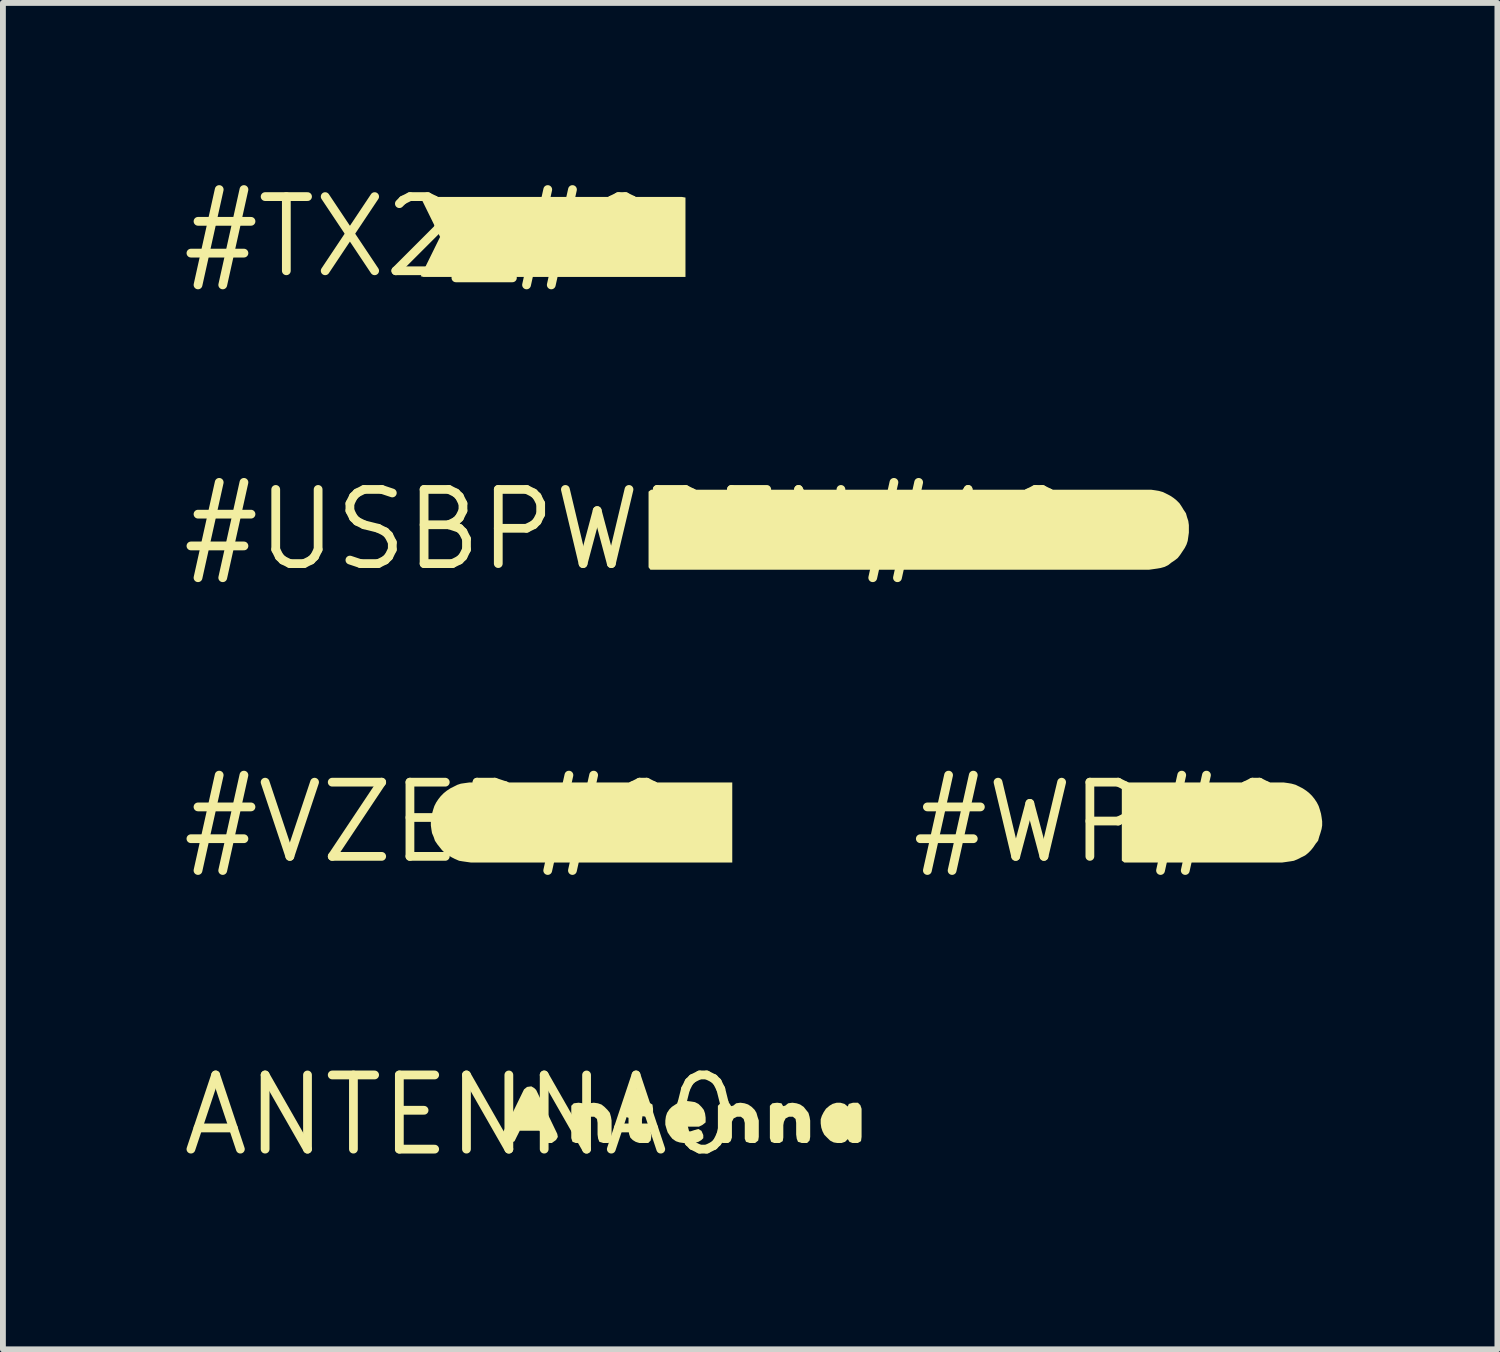
<source format=kicad_pcb>
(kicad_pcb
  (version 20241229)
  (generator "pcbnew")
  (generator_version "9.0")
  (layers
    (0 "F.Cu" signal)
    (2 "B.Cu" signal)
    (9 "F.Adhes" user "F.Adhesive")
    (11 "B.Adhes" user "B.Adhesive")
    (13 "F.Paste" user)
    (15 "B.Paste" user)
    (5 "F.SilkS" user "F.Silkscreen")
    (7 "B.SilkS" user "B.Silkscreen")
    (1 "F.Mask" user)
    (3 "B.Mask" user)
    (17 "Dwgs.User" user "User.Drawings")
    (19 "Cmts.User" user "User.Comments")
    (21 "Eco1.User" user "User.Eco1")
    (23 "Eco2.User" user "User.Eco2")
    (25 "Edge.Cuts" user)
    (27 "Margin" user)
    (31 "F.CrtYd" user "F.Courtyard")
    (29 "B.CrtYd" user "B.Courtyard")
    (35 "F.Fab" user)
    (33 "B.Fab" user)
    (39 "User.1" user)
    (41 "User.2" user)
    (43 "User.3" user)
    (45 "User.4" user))
  (footprint "#WP#0"
    (layer "F.Cu")
    (at 15.82 11.031)
    (property "Reference" "#WP#0" (at 0 0 0) (layer "F.SilkS") (effects (font (size 1.27 1.27) (thickness 0.15))))
    (fp_poly (pts (xy 2.653 -0.234) (xy 2.695 -0.182) (xy 2.705 -0.109) (xy 2.674 -0.046) (xy 2.571 -0.015) (xy 2.436 -0.015) (xy 2.415 -0.079) (xy 2.415 -0.212) (xy 2.447 -0.255) (xy 2.591 -0.255)) (stroke (width 0) (type default)) (fill yes) (layer "F.SilkS"))
    (fp_poly (pts (xy 3.11 -0.685) (xy 3.181 -0.675) (xy 3.241 -0.665) (xy 3.312 -0.645) (xy 3.433 -0.584) (xy 3.493 -0.544) (xy 3.543 -0.504) (xy 3.594 -0.453) (xy 3.634 -0.403) (xy 3.674 -0.343) (xy 3.705 -0.282) (xy 3.725 -0.221) (xy 3.745 -0.151) (xy 3.755 -0.091) (xy 3.765 -0.02) (xy 3.765 0.05) (xy 3.755 0.111) (xy 3.735 0.181) (xy 3.715 0.241) (xy 3.695 0.312) (xy 3.654 0.363) (xy 3.614 0.423) (xy 3.574 0.473) (xy 3.523 0.524) (xy 3.473 0.564) (xy 3.412 0.594) (xy 3.352 0.625) (xy 3.281 0.655) (xy 3.221 0.665) (xy 3.151 0.675) (xy 3.08 0.685) (xy 0.378 0.685) (xy 0.335 0.652) (xy 0.335 -0.631) (xy 0.357 -0.685)) (stroke (width 0) (type default)) (fill yes) (layer "F.SilkS")))
  (footprint "#VZED#0"
    (layer "F.Cu")
    (at 4.331 11.031)
    (property "Reference" "#VZED#0" (at 0 0 0) (layer "F.SilkS") (effects (font (size 1.27 1.27) (thickness 0.15))))
    (fp_poly (pts (xy 4.303 -0.224) (xy 4.353 -0.184) (xy 4.404 -0.133) (xy 4.425 -0.071) (xy 4.435 0) (xy 4.425 0.072) (xy 4.394 0.133) (xy 4.354 0.184) (xy 4.303 0.224) (xy 4.282 0.245) (xy 4.077 0.245) (xy 4.055 0.191) (xy 4.055 -0.223) (xy 4.098 -0.255) (xy 4.241 -0.255)) (stroke (width 0) (type default)) (fill yes) (layer "F.SilkS"))
    (fp_poly (pts (xy 5.155 -0.685) (xy 5.155 0.685) (xy 0.68 0.685) (xy 0.609 0.675) (xy 0.539 0.665) (xy 0.479 0.655) (xy 0.408 0.625) (xy 0.348 0.594) (xy 0.297 0.564) (xy 0.237 0.524) (xy 0.186 0.473) (xy 0.146 0.423) (xy 0.106 0.373) (xy 0.065 0.312) (xy 0.045 0.252) (xy 0.015 0.181) (xy 0.005 0.121) (xy -0.005 0.05) (xy -0.005 -0.02) (xy 0.005 -0.091) (xy 0.015 -0.151) (xy 0.035 -0.221) (xy 0.055 -0.282) (xy 0.086 -0.343) (xy 0.126 -0.403) (xy 0.166 -0.453) (xy 0.217 -0.504) (xy 0.267 -0.544) (xy 0.327 -0.584) (xy 0.448 -0.645) (xy 0.509 -0.665) (xy 0.579 -0.675) (xy 0.65 -0.685)) (stroke (width 0) (type default)) (fill yes) (layer "F.SilkS")))
  (footprint "#TX2_#0"
    (layer "F.Cu")
    (at 4.15 1.006)
    (property "Reference" "#TX2_#0" (at 0 0 0) (layer "F.SilkS") (effects (font (size 1.27 1.27) (thickness 0.15))))
    (fp_poly (pts (xy 4.47 -0.685) (xy 4.535 -0.674) (xy 4.535 0.685) (xy 0.049 0.685) (xy 0.003 0.673) (xy 0.334 0) (xy 0.003 -0.674) (xy 0.06 -0.685)) (stroke (width 0) (type default)) (fill yes) (layer "F.SilkS")))
  (footprint "ANTENNA0"
    (layer "F.Cu")
    (at 4.845 16.043)
    (property "Reference" "ANTENNA0" (at 0 0 0) (layer "F.SilkS") (effects (font (size 1.27 1.27) (thickness 0.15))))
    (fp_poly (pts (xy 1.253 -0.464) (xy 1.284 -0.433) (xy 1.645 0.318) (xy 1.655 0.371) (xy 1.624 0.423) (xy 1.552 0.475) (xy 1.488 0.475) (xy 1.436 0.433) (xy 1.376 0.303) (xy 1.338 0.265) (xy 1.003 0.265) (xy 0.944 0.382) (xy 0.914 0.444) (xy 0.851 0.475) (xy 0.788 0.465) (xy 0.716 0.413) (xy 0.695 0.36) (xy 0.715 0.298) (xy 1.046 -0.382) (xy 1.076 -0.443) (xy 1.128 -0.485) (xy 1.201 -0.495)) (stroke (width 0) (type default)) (fill yes) (layer "F.SilkS"))
    (fp_poly (pts (xy 6.562 -0.195) (xy 6.613 -0.154) (xy 6.618 -0.149) (xy 6.636 -0.194) (xy 6.709 -0.215) (xy 6.792 -0.215) (xy 6.834 -0.173) (xy 6.855 -0.111) (xy 6.855 0.37) (xy 6.845 0.443) (xy 6.791 0.475) (xy 6.699 0.475) (xy 6.647 0.454) (xy 6.619 0.408) (xy 6.573 0.454) (xy 6.511 0.475) (xy 6.44 0.475) (xy 6.378 0.465) (xy 6.317 0.434) (xy 6.266 0.384) (xy 6.216 0.333) (xy 6.185 0.272) (xy 6.165 0.211) (xy 6.155 0.14) (xy 6.155 0.069) (xy 6.175 0.008) (xy 6.206 -0.053) (xy 6.246 -0.113) (xy 6.307 -0.164) (xy 6.358 -0.195) (xy 6.429 -0.215) (xy 6.491 -0.215)) (stroke (width 0) (type default)) (fill yes) (layer "F.SilkS"))
    (fp_poly (pts (xy 4.851 -0.205) (xy 4.912 -0.185) (xy 4.973 -0.144) (xy 5.024 -0.093) (xy 5.055 -0.042) (xy 5.075 0.029) (xy 5.095 0.089) (xy 5.095 0.37) (xy 5.085 0.433) (xy 5.032 0.475) (xy 4.939 0.475) (xy 4.876 0.454) (xy 4.855 0.401) (xy 4.855 0.131) (xy 4.836 0.063) (xy 4.788 0.025) (xy 4.721 0.025) (xy 4.664 0.054) (xy 4.635 0.111) (xy 4.635 0.381) (xy 4.614 0.443) (xy 4.572 0.475) (xy 4.479 0.475) (xy 4.416 0.454) (xy 4.395 0.391) (xy 4.395 -0.162) (xy 4.438 -0.205) (xy 4.52 -0.215) (xy 4.593 -0.205) (xy 4.622 -0.156) (xy 4.658 -0.165) (xy 4.708 -0.205) (xy 4.78 -0.215)) (stroke (width 0) (type default)) (fill yes) (layer "F.SilkS"))
    (fp_poly (pts (xy 2.341 -0.205) (xy 2.402 -0.184) (xy 2.453 -0.144) (xy 2.504 -0.093) (xy 2.545 -0.042) (xy 2.565 0.029) (xy 2.575 0.09) (xy 2.575 0.37) (xy 2.565 0.432) (xy 2.522 0.475) (xy 2.429 0.475) (xy 2.366 0.454) (xy 2.345 0.401) (xy 2.335 0.33) (xy 2.335 0.13) (xy 2.325 0.063) (xy 2.278 0.025) (xy 2.211 0.025) (xy 2.154 0.054) (xy 2.125 0.112) (xy 2.115 0.17) (xy 2.115 0.38) (xy 2.105 0.443) (xy 2.051 0.475) (xy 1.959 0.475) (xy 1.906 0.454) (xy 1.885 0.391) (xy 1.885 -0.162) (xy 1.928 -0.205) (xy 2.01 -0.215) (xy 2.083 -0.205) (xy 2.112 -0.156) (xy 2.148 -0.165) (xy 2.198 -0.205) (xy 2.27 -0.215)) (stroke (width 0) (type default)) (fill yes) (layer "F.SilkS"))
    (fp_poly (pts (xy 5.741 -0.205) (xy 5.802 -0.185) (xy 5.863 -0.144) (xy 5.904 -0.093) (xy 5.945 -0.042) (xy 5.965 0.029) (xy 5.975 0.09) (xy 5.975 0.37) (xy 5.965 0.432) (xy 5.922 0.475) (xy 5.829 0.475) (xy 5.766 0.454) (xy 5.745 0.401) (xy 5.735 0.33) (xy 5.735 0.13) (xy 5.725 0.063) (xy 5.678 0.025) (xy 5.611 0.025) (xy 5.554 0.054) (xy 5.525 0.112) (xy 5.515 0.17) (xy 5.515 0.38) (xy 5.505 0.443) (xy 5.451 0.475) (xy 5.359 0.475) (xy 5.306 0.454) (xy 5.285 0.391) (xy 5.285 -0.162) (xy 5.328 -0.205) (xy 5.41 -0.215) (xy 5.483 -0.205) (xy 5.512 -0.156) (xy 5.548 -0.165) (xy 5.598 -0.205) (xy 5.67 -0.215)) (stroke (width 0) (type default)) (fill yes) (layer "F.SilkS"))
    (fp_poly (pts (xy 3.042 -0.445) (xy 3.085 -0.402) (xy 3.095 -0.34) (xy 3.095 -0.206) (xy 3.16 -0.215) (xy 3.221 -0.215) (xy 3.275 -0.183) (xy 3.285 -0.11) (xy 3.285 -0.017) (xy 3.232 0.015) (xy 3.17 0.025) (xy 3.104 0.016) (xy 3.095 0.07) (xy 3.095 0.199) (xy 3.114 0.245) (xy 3.192 0.255) (xy 3.245 0.287) (xy 3.255 0.36) (xy 3.245 0.432) (xy 3.202 0.475) (xy 3.049 0.475) (xy 2.988 0.455) (xy 2.937 0.424) (xy 2.896 0.383) (xy 2.875 0.321) (xy 2.865 0.25) (xy 2.865 0.044) (xy 2.756 0.004) (xy 2.735 -0.059) (xy 2.745 -0.141) (xy 2.766 -0.194) (xy 2.828 -0.214) (xy 2.865 -0.242) (xy 2.865 -0.381) (xy 2.886 -0.434) (xy 2.949 -0.455)) (stroke (width 0) (type default)) (fill yes) (layer "F.SilkS"))
    (fp_poly (pts (xy 3.941 -0.235) (xy 4.002 -0.225) (xy 4.063 -0.194) (xy 4.114 -0.143) (xy 4.154 -0.092) (xy 4.175 -0.031) (xy 4.185 0.04) (xy 4.185 0.122) (xy 4.133 0.164) (xy 4.071 0.195) (xy 3.801 0.195) (xy 3.758 0.212) (xy 3.793 0.256) (xy 3.861 0.275) (xy 3.929 0.275) (xy 3.989 0.255) (xy 4.061 0.235) (xy 4.114 0.267) (xy 4.145 0.339) (xy 4.145 0.392) (xy 4.113 0.424) (xy 4.062 0.455) (xy 3.991 0.475) (xy 3.81 0.475) (xy 3.739 0.465) (xy 3.678 0.445) (xy 3.617 0.404) (xy 3.576 0.353) (xy 3.535 0.292) (xy 3.515 0.231) (xy 3.495 0.161) (xy 3.495 0.09) (xy 3.505 0.019) (xy 3.525 -0.042) (xy 3.566 -0.103) (xy 3.607 -0.144) (xy 3.667 -0.184) (xy 3.718 -0.215) (xy 3.789 -0.235) (xy 3.86 -0.245)) (stroke (width 0) (type default)) (fill yes) (layer "F.SilkS")))
  (footprint "#USBPWREN#10"
    (layer "F.Cu")
    (at 7.718 6.019)
    (property "Reference" "#USBPWREN#10" (at 0 0 0) (layer "F.SilkS") (effects (font (size 1.27 1.27) (thickness 0.15))))
    (fp_poly (pts (xy 6.504 -0.234) (xy 6.535 -0.171) (xy 6.535 -0.098) (xy 6.493 -0.046) (xy 6.431 -0.025) (xy 6.255 -0.025) (xy 6.255 -0.233) (xy 6.298 -0.265) (xy 6.441 -0.265)) (stroke (width 0) (type default)) (fill yes) (layer "F.SilkS"))
    (fp_poly (pts (xy 4.104 -0.224) (xy 4.135 -0.161) (xy 4.125 -0.088) (xy 4.083 -0.036) (xy 4.052 -0.015) (xy 3.91 -0.015) (xy 3.845 -0.026) (xy 3.845 -0.233) (xy 3.899 -0.255) (xy 4.041 -0.255)) (stroke (width 0) (type default)) (fill yes) (layer "F.SilkS"))
    (fp_poly (pts (xy 3.165 -0.212) (xy 3.165 -0.136) (xy 3.101 -0.115) (xy 3.033 -0.105) (xy 3.005 -0.059) (xy 3.005 0.018) (xy 3.033 0.055) (xy 3.111 0.065) (xy 3.174 0.076) (xy 3.195 0.15) (xy 3.185 0.202) (xy 3.142 0.245) (xy 2.928 0.245) (xy 2.895 0.212) (xy 2.895 -0.2) (xy 2.906 -0.255) (xy 3.122 -0.255)) (stroke (width 0) (type default)) (fill yes) (layer "F.SilkS"))
    (fp_poly (pts (xy 8.94 -0.685) (xy 9.011 -0.675) (xy 9.071 -0.665) (xy 9.142 -0.645) (xy 9.263 -0.584) (xy 9.323 -0.544) (xy 9.373 -0.504) (xy 9.424 -0.453) (xy 9.464 -0.393) (xy 9.494 -0.343) (xy 9.535 -0.282) (xy 9.555 -0.211) (xy 9.575 -0.151) (xy 9.585 -0.08) (xy 9.585 0.05) (xy 9.575 0.121) (xy 9.565 0.191) (xy 9.545 0.252) (xy 9.514 0.313) (xy 9.474 0.373) (xy 9.434 0.433) (xy 9.394 0.484) (xy 9.343 0.524) (xy 9.283 0.564) (xy 9.233 0.604) (xy 9.172 0.635) (xy 9.101 0.655) (xy 9.041 0.665) (xy 8.971 0.675) (xy 8.9 0.685) (xy 0.367 0.685) (xy 0.335 0.642) (xy 0.335 -0.652) (xy 0.378 -0.685)) (stroke (width 0) (type default)) (fill yes) (layer "F.SilkS")))
  (gr_rect
    (start -3 -3)
    (end 22.585 20.05)
    (stroke (width 0.1) (type default))
    (fill no)
    (layer "Edge.Cuts")))
</source>
